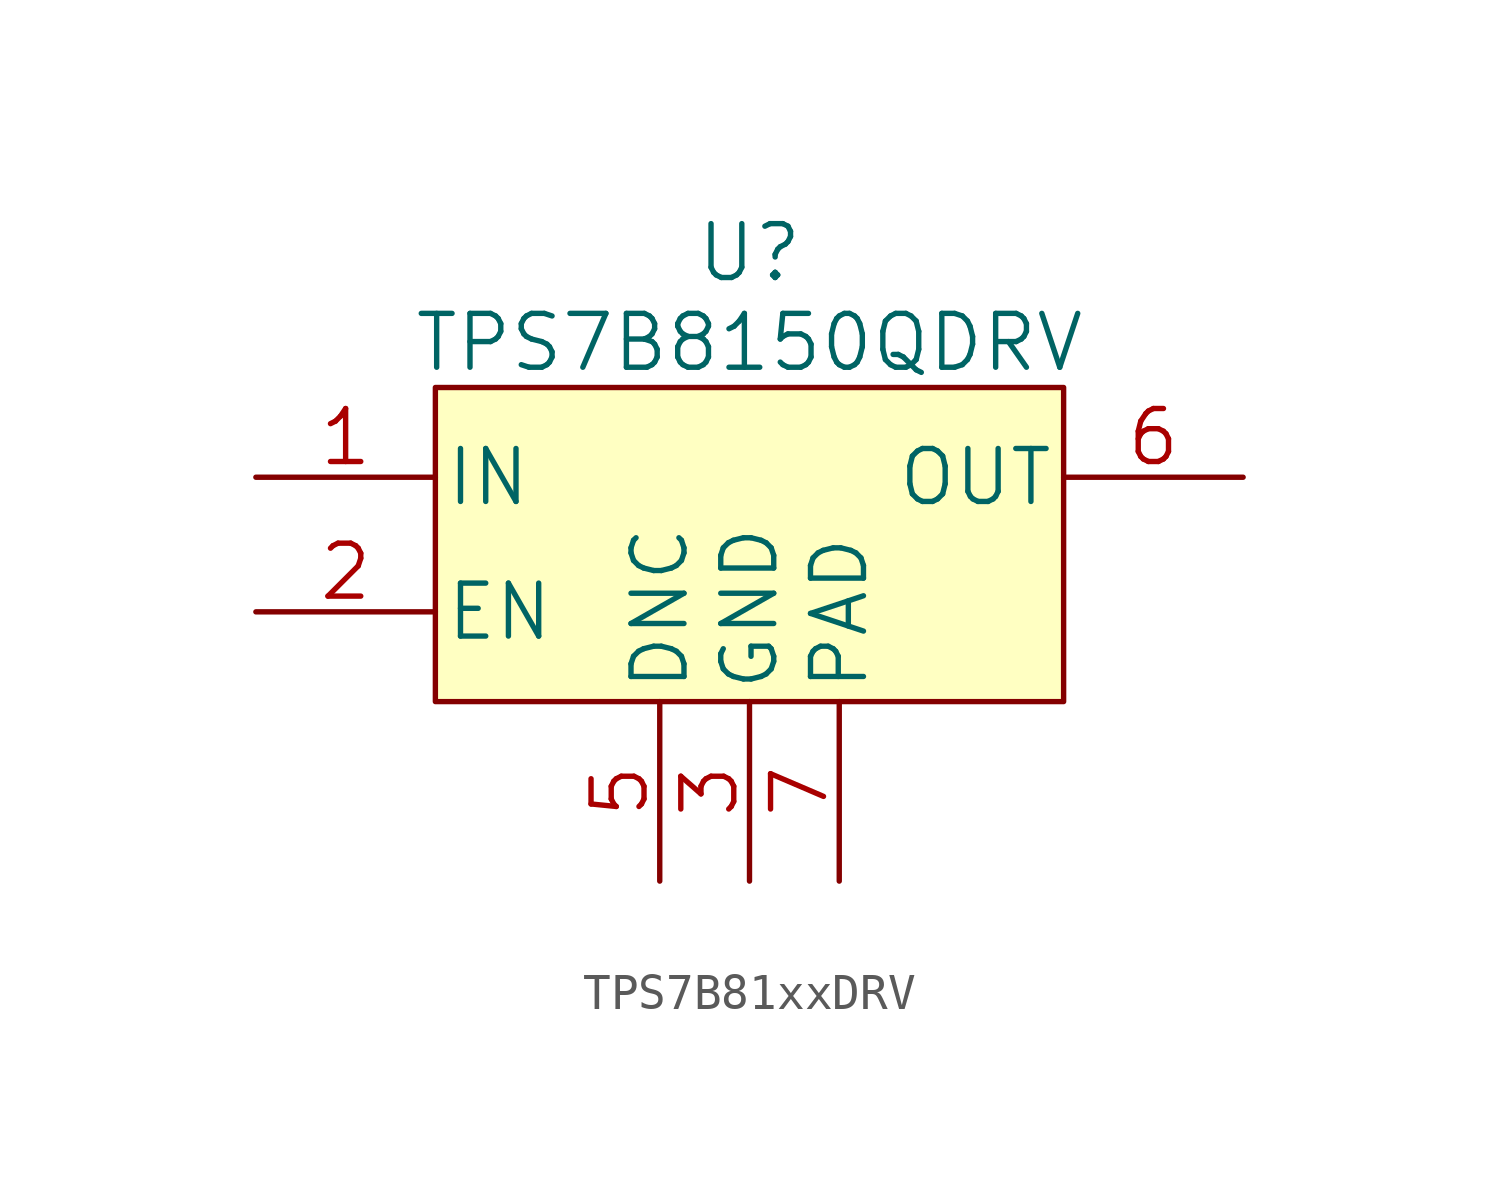
<source format=kicad_sym>
(kicad_symbol_lib
  (version 20220914)
  (generator kicad_symbol_editor)
  (symbol "TPS7B81xxDRV"
    (pin_names
      (offset 0.254))
    (property "Reference" "U"
      (at 0 11.43 0)
      (effects (font (size 1.524 1.524))))
    (property "Value" "TPS7B8150QDRV"
      (at 0 8.89 0)
      (effects (font (size 1.524 1.524))))
    (symbol "TPS7B81xxDRV_0_1"
      (rectangle (start -8.89 7.62) (end 8.89 -1.27) (stroke (width 0) (type solid)) (fill (type background))))
    (symbol "TPS7B81xxDRV_1_1"
      (pin power_in line (at -13.97 5.08 0) (length 5.08) (name "IN" (effects (font (size 1.499 1.499)))) (number "1" (effects (font (size 1.499 1.499)))))
      (pin input line (at -13.97 1.27 0) (length 5.08) (name "EN" (effects (font (size 1.499 1.499)))) (number "2" (effects (font (size 1.499 1.499)))))
      (pin power_in line (at 0 -6.35 90) (length 5.08) (name "GND" (effects (font (size 1.499 1.499)))) (number "3" (effects (font (size 1.499 1.499)))))
      (pin passive line (at 0 -6.35 90) (length 5.08) hide (name "GND" (effects (font (size 1.499 1.499)))) (number "4" (effects (font (size 1.499 1.499)))))
      (pin passive line (at -2.54 -6.35 90) (length 5.08) (name "DNC" (effects (font (size 1.499 1.499)))) (number "5" (effects (font (size 1.499 1.499)))))
      (pin power_out line (at 13.97 5.08 180) (length 5.08) (name "OUT" (effects (font (size 1.499 1.499)))) (number "6" (effects (font (size 1.499 1.499)))))
      (pin power_in line (at 2.54 -6.35 90) (length 5.08) (name "PAD" (effects (font (size 1.499 1.499)))) (number "7" (effects (font (size 1.499 1.499))))))))
</source>
